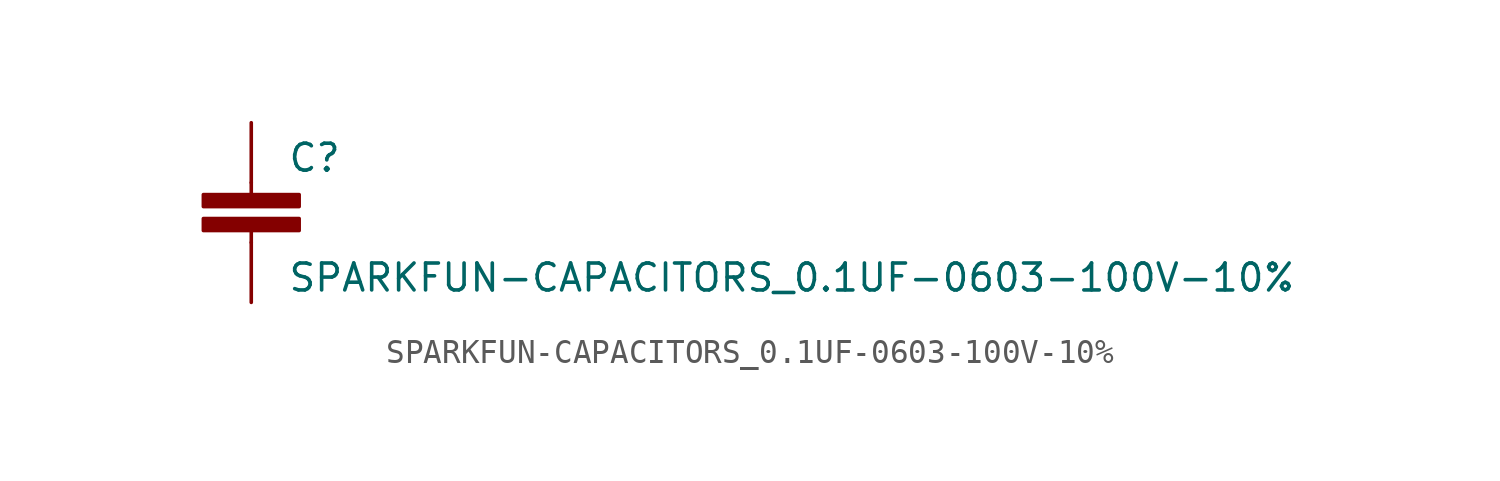
<source format=kicad_sym>
(kicad_symbol_lib
  (version 20220914)
  (generator kicad_symbol_editor)
  (symbol "SPARKFUN-CAPACITORS_0.1UF-0603-100V-10%"
    (pin_numbers hide)
    (pin_names
      (offset 1.016) hide)
    (property "Reference" "C"
      (at 1.524 2.921 0)
      (effects (font (size 1.143 1.143)) (justify left bottom)))
    (property "Value" "SPARKFUN-CAPACITORS_0.1UF-0603-100V-10%"
      (at 1.524 -2.159 0)
      (effects (font (size 1.143 1.143)) (justify left bottom)))
    (property "ki_locked" ""
      (at 0 0 0)
      (effects (font (size 1.27 1.27))))
    (symbol "SPARKFUN-CAPACITORS_0.1UF-0603-100V-10%_1_0"
      (polyline (pts (xy 0 0) (xy 0 0.508)) (stroke (width 0) (type solid)) (fill (type none)))
      (polyline (pts (xy 0 2.54) (xy 0 2.032)) (stroke (width 0) (type solid)) (fill (type none))))
    (symbol "SPARKFUN-CAPACITORS_0.1UF-0603-100V-10%_1_1"
      (rectangle (start -2.032 0.508) (end 2.032 1.016) (stroke (width 0) (type solid)) (fill (type outline)))
      (rectangle (start -2.032 1.524) (end 2.032 2.032) (stroke (width 0) (type solid)) (fill (type outline)))
      (pin passive line (at 0 5.08 270) (length 2.54) (name "1" (effects (font (size 1.016 1.016)))) (number "1" (effects (font (size 1.016 1.016)))))
      (pin passive line (at 0 -2.54 90) (length 2.54) (name "2" (effects (font (size 1.016 1.016)))) (number "2" (effects (font (size 1.016 1.016))))))))
</source>
